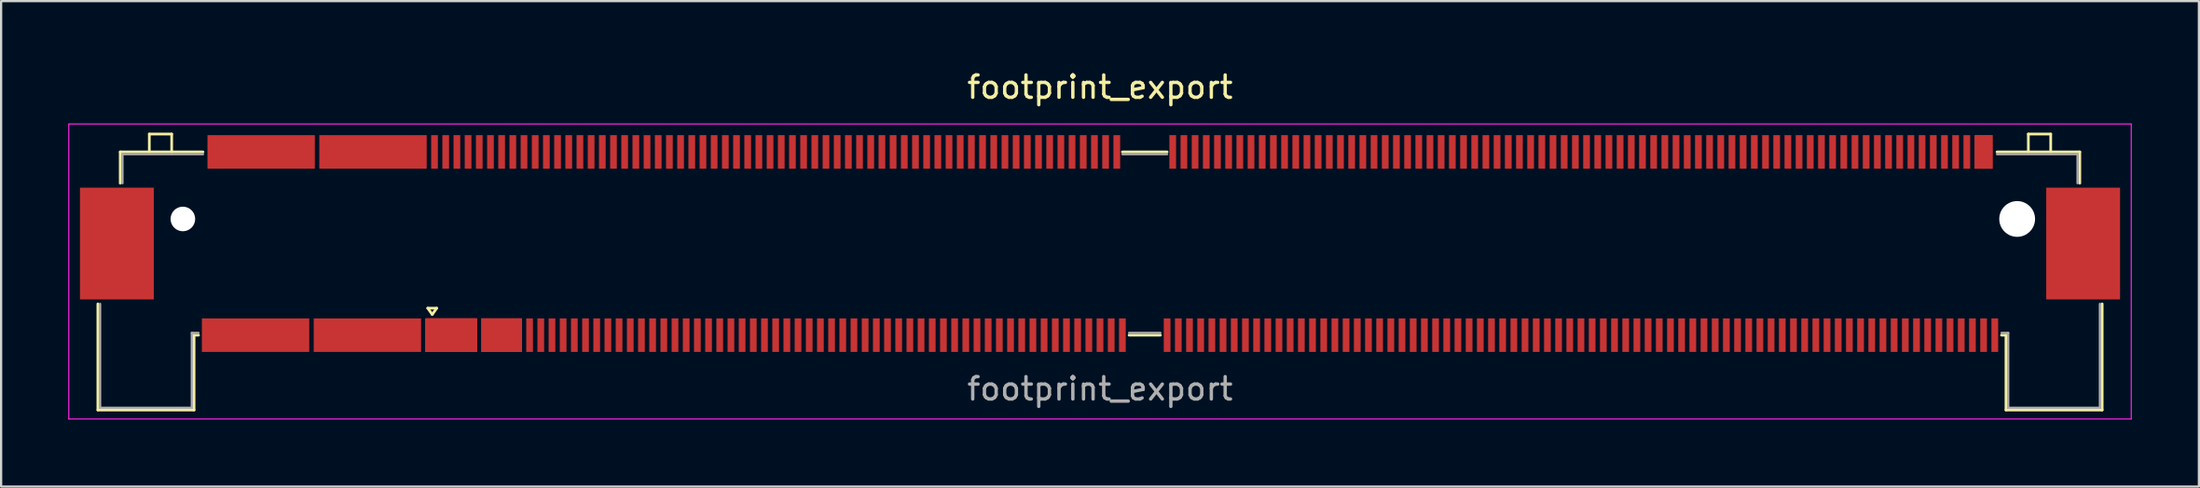
<source format=kicad_pcb>
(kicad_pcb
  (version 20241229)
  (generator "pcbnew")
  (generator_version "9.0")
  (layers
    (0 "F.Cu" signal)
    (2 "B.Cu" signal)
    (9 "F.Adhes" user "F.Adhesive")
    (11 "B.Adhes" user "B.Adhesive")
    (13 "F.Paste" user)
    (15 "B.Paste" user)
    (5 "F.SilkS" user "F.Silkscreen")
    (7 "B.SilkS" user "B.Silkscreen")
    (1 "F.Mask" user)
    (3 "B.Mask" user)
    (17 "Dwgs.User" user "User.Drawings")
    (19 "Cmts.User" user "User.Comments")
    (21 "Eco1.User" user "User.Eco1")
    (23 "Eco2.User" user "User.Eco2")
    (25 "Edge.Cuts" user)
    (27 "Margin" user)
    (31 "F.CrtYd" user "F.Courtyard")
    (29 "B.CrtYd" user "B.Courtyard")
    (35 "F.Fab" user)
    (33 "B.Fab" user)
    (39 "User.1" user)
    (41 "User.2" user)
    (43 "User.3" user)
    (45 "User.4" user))
  (footprint "footprint_export"
    (layer "F.Cu")
    (at 46.125 7.848)
    (property "Reference" "footprint_export" (at 0 -7 0) (layer "F.SilkS") (effects (font (size 1 1) (thickness 0.15))))
    (attr smd)
    (fp_line (start -44.8 7.45) (end -44.8 2.7) (stroke (width 0.12) (type solid)) (layer "F.SilkS"))
    (fp_line (start -43.8 -4.1) (end -43.8 -2.7) (stroke (width 0.12) (type solid)) (layer "F.SilkS"))
    (fp_line (start -42.5 -4.9) (end -42.5 -4.1) (stroke (width 0.12) (type solid)) (layer "F.SilkS"))
    (fp_line (start -41.5 -4.9) (end -42.5 -4.9) (stroke (width 0.12) (type solid)) (layer "F.SilkS"))
    (fp_line (start -41.5 -4.9) (end -41.5 -4.1) (stroke (width 0.12) (type solid)) (layer "F.SilkS"))
    (fp_line (start -40.5 7.45) (end -44.8 7.45) (stroke (width 0.12) (type solid)) (layer "F.SilkS"))
    (fp_line (start -40.5 7.45) (end -40.5 4.1) (stroke (width 0.12) (type solid)) (layer "F.SilkS"))
    (fp_line (start -40.3 4.1) (end -40.5 4.1) (stroke (width 0.12) (type solid)) (layer "F.SilkS"))
    (fp_line (start -40.1 -4.1) (end -43.8 -4.1) (stroke (width 0.12) (type solid)) (layer "F.SilkS"))
    (fp_line (start -30.052 2.892) (end -29.652 2.892) (stroke (width 0.12) (type solid)) (layer "F.SilkS"))
    (fp_line (start -29.852 3.175) (end -30.052 2.892) (stroke (width 0.12) (type solid)) (layer "F.SilkS"))
    (fp_line (start -29.652 2.892) (end -29.852 3.175) (stroke (width 0.12) (type solid)) (layer "F.SilkS"))
    (fp_line (start 1 -4.1) (end 3 -4.1) (stroke (width 0.12) (type solid)) (layer "F.SilkS"))
    (fp_line (start 1.3 4.1) (end 2.7 4.1) (stroke (width 0.12) (type solid)) (layer "F.SilkS"))
    (fp_line (start 40.1 -4.1) (end 43.8 -4.1) (stroke (width 0.12) (type solid)) (layer "F.SilkS"))
    (fp_line (start 40.3 4.1) (end 40.5 4.1) (stroke (width 0.12) (type solid)) (layer "F.SilkS"))
    (fp_line (start 40.5 7.45) (end 40.5 4.1) (stroke (width 0.12) (type solid)) (layer "F.SilkS"))
    (fp_line (start 40.5 7.45) (end 44.8 7.45) (stroke (width 0.12) (type solid)) (layer "F.SilkS"))
    (fp_line (start 41.5 -4.9) (end 41.5 -4.1) (stroke (width 0.12) (type solid)) (layer "F.SilkS"))
    (fp_line (start 41.5 -4.9) (end 42.5 -4.9) (stroke (width 0.12) (type solid)) (layer "F.SilkS"))
    (fp_line (start 42.5 -4.9) (end 42.5 -4.1) (stroke (width 0.12) (type solid)) (layer "F.SilkS"))
    (fp_line (start 43.8 -4.1) (end 43.8 -2.7) (stroke (width 0.12) (type solid)) (layer "F.SilkS"))
    (fp_line (start 44.8 7.45) (end 44.8 2.7) (stroke (width 0.12) (type solid)) (layer "F.SilkS"))
    (fp_line (start -46.1 -5.35) (end -46.1 7.85) (stroke (width 0.05) (type solid)) (layer "F.CrtYd"))
    (fp_line (start -46.1 7.85) (end 46.1 7.85) (stroke (width 0.05) (type solid)) (layer "F.CrtYd"))
    (fp_line (start 46.1 -5.35) (end -46.1 -5.35) (stroke (width 0.05) (type solid)) (layer "F.CrtYd"))
    (fp_line (start 46.1 7.85) (end 46.1 -5.35) (stroke (width 0.05) (type solid)) (layer "F.CrtYd"))
    (fp_line (start -44.7 7.35) (end -44.7 2.7) (stroke (width 0.1) (type solid)) (layer "F.Fab"))
    (fp_line (start -43.7 -4) (end -43.7 -2.7) (stroke (width 0.1) (type solid)) (layer "F.Fab"))
    (fp_line (start -40.6 7.35) (end -44.7 7.35) (stroke (width 0.1) (type solid)) (layer "F.Fab"))
    (fp_line (start -40.6 7.35) (end -40.6 4) (stroke (width 0.1) (type solid)) (layer "F.Fab"))
    (fp_line (start -40.3 4) (end -40.6 4) (stroke (width 0.1) (type solid)) (layer "F.Fab"))
    (fp_line (start -40.1 -4) (end -43.7 -4) (stroke (width 0.1) (type solid)) (layer "F.Fab"))
    (fp_line (start 1 -4) (end 3 -4) (stroke (width 0.1) (type solid)) (layer "F.Fab"))
    (fp_line (start 1.3 4) (end 2.7 4) (stroke (width 0.1) (type solid)) (layer "F.Fab"))
    (fp_line (start 40.1 -4) (end 43.7 -4) (stroke (width 0.1) (type solid)) (layer "F.Fab"))
    (fp_line (start 40.303 4) (end 40.603 4) (stroke (width 0.1) (type solid)) (layer "F.Fab"))
    (fp_line (start 40.6 7.35) (end 40.6 4) (stroke (width 0.1) (type solid)) (layer "F.Fab"))
    (fp_line (start 40.6 7.35) (end 44.7 7.35) (stroke (width 0.1) (type solid)) (layer "F.Fab"))
    (fp_line (start 43.7 -4) (end 43.7 -2.7) (stroke (width 0.1) (type solid)) (layer "F.Fab"))
    (fp_line (start 44.7 7.35) (end 44.7 2.7) (stroke (width 0.1) (type solid)) (layer "F.Fab"))
    (fp_text user "${REFERENCE}" (at 0 6.5 0) (layer "F.Fab") (effects (font (size 1 1) (thickness 0.15))))
    (pad "" np_thru_hole circle (at -41 -1.1) (size 1.1 1.1) (drill 1.1) (layers "*.Cu" "*.Mask"))
    (pad "" np_thru_hole circle (at 41 -1.1) (size 1.6 1.6) (drill 1.6) (layers "*.Cu" "*.Mask"))
    (pad "1" smd rect (at -29 4.1) (size 2.3 1.5) (layers "F.Cu" "F.Mask" "F.Paste"))
    (pad "2" smd rect (at -29.75 -4.1) (size 0.3 1.5) (layers "F.Cu" "F.Mask" "F.Paste"))
    (pad "3" smd rect (at -29 4.1) (size 2.3 1.5) (layers "F.Cu" "F.Mask" "F.Paste"))
    (pad "4" smd rect (at -29.25 -4.1) (size 0.3 1.5) (layers "F.Cu" "F.Mask" "F.Paste"))
    (pad "5" smd rect (at -29 4.1) (size 2.3 1.5) (layers "F.Cu" "F.Mask" "F.Paste"))
    (pad "6" smd rect (at -28.75 -4.1) (size 0.3 1.5) (layers "F.Cu" "F.Mask" "F.Paste"))
    (pad "7" smd rect (at -29 4.1) (size 2.3 1.5) (layers "F.Cu" "F.Mask" "F.Paste"))
    (pad "8" smd rect (at -28.25 -4.1) (size 0.3 1.5) (layers "F.Cu" "F.Mask" "F.Paste"))
    (pad "9" smd rect (at -29 4.1) (size 2.3 1.5) (layers "F.Cu" "F.Mask" "F.Paste"))
    (pad "10" smd rect (at -27.75 -4.1) (size 0.3 1.5) (layers "F.Cu" "F.Mask" "F.Paste"))
    (pad "11" smd rect (at -26.75 4.1) (size 1.8 1.5) (layers "F.Cu" "F.Mask" "F.Paste"))
    (pad "12" smd rect (at -27.25 -4.1) (size 0.3 1.5) (layers "F.Cu" "F.Mask" "F.Paste"))
    (pad "13" smd rect (at -26.75 4.1) (size 1.8 1.5) (layers "F.Cu" "F.Mask" "F.Paste"))
    (pad "14" smd rect (at -26.75 -4.1) (size 0.3 1.5) (layers "F.Cu" "F.Mask" "F.Paste"))
    (pad "15" smd rect (at -26.75 4.1) (size 1.8 1.5) (layers "F.Cu" "F.Mask" "F.Paste"))
    (pad "16" smd rect (at -26.25 -4.1) (size 0.3 1.5) (layers "F.Cu" "F.Mask" "F.Paste"))
    (pad "17" smd rect (at -26.75 4.1) (size 1.8 1.5) (layers "F.Cu" "F.Mask" "F.Paste"))
    (pad "18" smd rect (at -25.75 -4.1) (size 0.3 1.5) (layers "F.Cu" "F.Mask" "F.Paste"))
    (pad "19" smd rect (at -25.5 4.1) (size 0.3 1.5) (layers "F.Cu" "F.Mask" "F.Paste"))
    (pad "20" smd rect (at -25.25 -4.1) (size 0.3 1.5) (layers "F.Cu" "F.Mask" "F.Paste"))
    (pad "21" smd rect (at -25 4.1) (size 0.3 1.5) (layers "F.Cu" "F.Mask" "F.Paste"))
    (pad "22" smd rect (at -24.75 -4.1) (size 0.3 1.5) (layers "F.Cu" "F.Mask" "F.Paste"))
    (pad "23" smd rect (at -24.5 4.1) (size 0.3 1.5) (layers "F.Cu" "F.Mask" "F.Paste"))
    (pad "24" smd rect (at -24.25 -4.1) (size 0.3 1.5) (layers "F.Cu" "F.Mask" "F.Paste"))
    (pad "25" smd rect (at -24 4.1) (size 0.3 1.5) (layers "F.Cu" "F.Mask" "F.Paste"))
    (pad "26" smd rect (at -23.75 -4.1) (size 0.3 1.5) (layers "F.Cu" "F.Mask" "F.Paste"))
    (pad "27" smd rect (at -23.5 4.1) (size 0.3 1.5) (layers "F.Cu" "F.Mask" "F.Paste"))
    (pad "28" smd rect (at -23.25 -4.1) (size 0.3 1.5) (layers "F.Cu" "F.Mask" "F.Paste"))
    (pad "29" smd rect (at -23 4.1) (size 0.3 1.5) (layers "F.Cu" "F.Mask" "F.Paste"))
    (pad "30" smd rect (at -22.75 -4.1) (size 0.3 1.5) (layers "F.Cu" "F.Mask" "F.Paste"))
    (pad "31" smd rect (at -22.5 4.1) (size 0.3 1.5) (layers "F.Cu" "F.Mask" "F.Paste"))
    (pad "32" smd rect (at -22.25 -4.1) (size 0.3 1.5) (layers "F.Cu" "F.Mask" "F.Paste"))
    (pad "33" smd rect (at -22 4.1) (size 0.3 1.5) (layers "F.Cu" "F.Mask" "F.Paste"))
    (pad "34" smd rect (at -21.75 -4.1) (size 0.3 1.5) (layers "F.Cu" "F.Mask" "F.Paste"))
    (pad "35" smd rect (at -21.5 4.1) (size 0.3 1.5) (layers "F.Cu" "F.Mask" "F.Paste"))
    (pad "36" smd rect (at -21.25 -4.1) (size 0.3 1.5) (layers "F.Cu" "F.Mask" "F.Paste"))
    (pad "37" smd rect (at -21 4.1) (size 0.3 1.5) (layers "F.Cu" "F.Mask" "F.Paste"))
    (pad "38" smd rect (at -20.75 -4.1) (size 0.3 1.5) (layers "F.Cu" "F.Mask" "F.Paste"))
    (pad "39" smd rect (at -20.5 4.1) (size 0.3 1.5) (layers "F.Cu" "F.Mask" "F.Paste"))
    (pad "40" smd rect (at -20.25 -4.1) (size 0.3 1.5) (layers "F.Cu" "F.Mask" "F.Paste"))
    (pad "41" smd rect (at -20 4.1) (size 0.3 1.5) (layers "F.Cu" "F.Mask" "F.Paste"))
    (pad "42" smd rect (at -19.75 -4.1) (size 0.3 1.5) (layers "F.Cu" "F.Mask" "F.Paste"))
    (pad "43" smd rect (at -19.5 4.1) (size 0.3 1.5) (layers "F.Cu" "F.Mask" "F.Paste"))
    (pad "44" smd rect (at -19.25 -4.1) (size 0.3 1.5) (layers "F.Cu" "F.Mask" "F.Paste"))
    (pad "45" smd rect (at -19 4.1) (size 0.3 1.5) (layers "F.Cu" "F.Mask" "F.Paste"))
    (pad "46" smd rect (at -18.75 -4.1) (size 0.3 1.5) (layers "F.Cu" "F.Mask" "F.Paste"))
    (pad "47" smd rect (at -18.5 4.1) (size 0.3 1.5) (layers "F.Cu" "F.Mask" "F.Paste"))
    (pad "48" smd rect (at -18.25 -4.1) (size 0.3 1.5) (layers "F.Cu" "F.Mask" "F.Paste"))
    (pad "49" smd rect (at -18 4.1) (size 0.3 1.5) (layers "F.Cu" "F.Mask" "F.Paste"))
    (pad "50" smd rect (at -17.75 -4.1) (size 0.3 1.5) (layers "F.Cu" "F.Mask" "F.Paste"))
    (pad "51" smd rect (at -17.5 4.1) (size 0.3 1.5) (layers "F.Cu" "F.Mask" "F.Paste"))
    (pad "52" smd rect (at -17.25 -4.1) (size 0.3 1.5) (layers "F.Cu" "F.Mask" "F.Paste"))
    (pad "53" smd rect (at -17 4.1) (size 0.3 1.5) (layers "F.Cu" "F.Mask" "F.Paste"))
    (pad "54" smd rect (at -16.75 -4.1) (size 0.3 1.5) (layers "F.Cu" "F.Mask" "F.Paste"))
    (pad "55" smd rect (at -16.5 4.1) (size 0.3 1.5) (layers "F.Cu" "F.Mask" "F.Paste"))
    (pad "56" smd rect (at -16.25 -4.1) (size 0.3 1.5) (layers "F.Cu" "F.Mask" "F.Paste"))
    (pad "57" smd rect (at -16 4.1) (size 0.3 1.5) (layers "F.Cu" "F.Mask" "F.Paste"))
    (pad "58" smd rect (at -15.75 -4.1) (size 0.3 1.5) (layers "F.Cu" "F.Mask" "F.Paste"))
    (pad "59" smd rect (at -15.5 4.1) (size 0.3 1.5) (layers "F.Cu" "F.Mask" "F.Paste"))
    (pad "60" smd rect (at -15.25 -4.1) (size 0.3 1.5) (layers "F.Cu" "F.Mask" "F.Paste"))
    (pad "61" smd rect (at -15 4.1) (size 0.3 1.5) (layers "F.Cu" "F.Mask" "F.Paste"))
    (pad "62" smd rect (at -14.75 -4.1) (size 0.3 1.5) (layers "F.Cu" "F.Mask" "F.Paste"))
    (pad "63" smd rect (at -14.5 4.1) (size 0.3 1.5) (layers "F.Cu" "F.Mask" "F.Paste"))
    (pad "64" smd rect (at -14.25 -4.1) (size 0.3 1.5) (layers "F.Cu" "F.Mask" "F.Paste"))
    (pad "65" smd rect (at -14 4.1) (size 0.3 1.5) (layers "F.Cu" "F.Mask" "F.Paste"))
    (pad "66" smd rect (at -13.75 -4.1) (size 0.3 1.5) (layers "F.Cu" "F.Mask" "F.Paste"))
    (pad "67" smd rect (at -13.5 4.1) (size 0.3 1.5) (layers "F.Cu" "F.Mask" "F.Paste"))
    (pad "68" smd rect (at -13.25 -4.1) (size 0.3 1.5) (layers "F.Cu" "F.Mask" "F.Paste"))
    (pad "69" smd rect (at -13 4.1) (size 0.3 1.5) (layers "F.Cu" "F.Mask" "F.Paste"))
    (pad "70" smd rect (at -12.75 -4.1) (size 0.3 1.5) (layers "F.Cu" "F.Mask" "F.Paste"))
    (pad "71" smd rect (at -12.5 4.1) (size 0.3 1.5) (layers "F.Cu" "F.Mask" "F.Paste"))
    (pad "72" smd rect (at -12.25 -4.1) (size 0.3 1.5) (layers "F.Cu" "F.Mask" "F.Paste"))
    (pad "73" smd rect (at -12 4.1) (size 0.3 1.5) (layers "F.Cu" "F.Mask" "F.Paste"))
    (pad "74" smd rect (at -11.75 -4.1) (size 0.3 1.5) (layers "F.Cu" "F.Mask" "F.Paste"))
    (pad "75" smd rect (at -11.5 4.1) (size 0.3 1.5) (layers "F.Cu" "F.Mask" "F.Paste"))
    (pad "76" smd rect (at -11.25 -4.1) (size 0.3 1.5) (layers "F.Cu" "F.Mask" "F.Paste"))
    (pad "77" smd rect (at -11 4.1) (size 0.3 1.5) (layers "F.Cu" "F.Mask" "F.Paste"))
    (pad "78" smd rect (at -10.75 -4.1) (size 0.3 1.5) (layers "F.Cu" "F.Mask" "F.Paste"))
    (pad "79" smd rect (at -10.5 4.1) (size 0.3 1.5) (layers "F.Cu" "F.Mask" "F.Paste"))
    (pad "80" smd rect (at -10.25 -4.1) (size 0.3 1.5) (layers "F.Cu" "F.Mask" "F.Paste"))
    (pad "81" smd rect (at -10 4.1) (size 0.3 1.5) (layers "F.Cu" "F.Mask" "F.Paste"))
    (pad "82" smd rect (at -9.75 -4.1) (size 0.3 1.5) (layers "F.Cu" "F.Mask" "F.Paste"))
    (pad "83" smd rect (at -9.5 4.1) (size 0.3 1.5) (layers "F.Cu" "F.Mask" "F.Paste"))
    (pad "84" smd rect (at -9.25 -4.1) (size 0.3 1.5) (layers "F.Cu" "F.Mask" "F.Paste"))
    (pad "85" smd rect (at -9 4.1) (size 0.3 1.5) (layers "F.Cu" "F.Mask" "F.Paste"))
    (pad "86" smd rect (at -8.75 -4.1) (size 0.3 1.5) (layers "F.Cu" "F.Mask" "F.Paste"))
    (pad "87" smd rect (at -8.5 4.1) (size 0.3 1.5) (layers "F.Cu" "F.Mask" "F.Paste"))
    (pad "88" smd rect (at -8.25 -4.1) (size 0.3 1.5) (layers "F.Cu" "F.Mask" "F.Paste"))
    (pad "89" smd rect (at -8 4.1) (size 0.3 1.5) (layers "F.Cu" "F.Mask" "F.Paste"))
    (pad "90" smd rect (at -7.75 -4.1) (size 0.3 1.5) (layers "F.Cu" "F.Mask" "F.Paste"))
    (pad "91" smd rect (at -7.5 4.1) (size 0.3 1.5) (layers "F.Cu" "F.Mask" "F.Paste"))
    (pad "92" smd rect (at -7.25 -4.1) (size 0.3 1.5) (layers "F.Cu" "F.Mask" "F.Paste"))
    (pad "93" smd rect (at -7 4.1) (size 0.3 1.5) (layers "F.Cu" "F.Mask" "F.Paste"))
    (pad "94" smd rect (at -6.75 -4.1) (size 0.3 1.5) (layers "F.Cu" "F.Mask" "F.Paste"))
    (pad "95" smd rect (at -6.5 4.1) (size 0.3 1.5) (layers "F.Cu" "F.Mask" "F.Paste"))
    (pad "96" smd rect (at -6.25 -4.1) (size 0.3 1.5) (layers "F.Cu" "F.Mask" "F.Paste"))
    (pad "97" smd rect (at -6 4.1) (size 0.3 1.5) (layers "F.Cu" "F.Mask" "F.Paste"))
    (pad "98" smd rect (at -5.75 -4.1) (size 0.3 1.5) (layers "F.Cu" "F.Mask" "F.Paste"))
    (pad "99" smd rect (at -5.5 4.1) (size 0.3 1.5) (layers "F.Cu" "F.Mask" "F.Paste"))
    (pad "100" smd rect (at -5.25 -4.1) (size 0.3 1.5) (layers "F.Cu" "F.Mask" "F.Paste"))
    (pad "101" smd rect (at -5 4.1) (size 0.3 1.5) (layers "F.Cu" "F.Mask" "F.Paste"))
    (pad "102" smd rect (at -4.75 -4.1) (size 0.3 1.5) (layers "F.Cu" "F.Mask" "F.Paste"))
    (pad "103" smd rect (at -4.5 4.1) (size 0.3 1.5) (layers "F.Cu" "F.Mask" "F.Paste"))
    (pad "104" smd rect (at -4.25 -4.1) (size 0.3 1.5) (layers "F.Cu" "F.Mask" "F.Paste"))
    (pad "105" smd rect (at -4 4.1) (size 0.3 1.5) (layers "F.Cu" "F.Mask" "F.Paste"))
    (pad "106" smd rect (at -3.75 -4.1) (size 0.3 1.5) (layers "F.Cu" "F.Mask" "F.Paste"))
    (pad "107" smd rect (at -3.5 4.1) (size 0.3 1.5) (layers "F.Cu" "F.Mask" "F.Paste"))
    (pad "108" smd rect (at -3.25 -4.1) (size 0.3 1.5) (layers "F.Cu" "F.Mask" "F.Paste"))
    (pad "109" smd rect (at -3 4.1) (size 0.3 1.5) (layers "F.Cu" "F.Mask" "F.Paste"))
    (pad "110" smd rect (at -2.75 -4.1) (size 0.3 1.5) (layers "F.Cu" "F.Mask" "F.Paste"))
    (pad "111" smd rect (at -2.5 4.1) (size 0.3 1.5) (layers "F.Cu" "F.Mask" "F.Paste"))
    (pad "112" smd rect (at -2.25 -4.1) (size 0.3 1.5) (layers "F.Cu" "F.Mask" "F.Paste"))
    (pad "113" smd rect (at -2 4.1) (size 0.3 1.5) (layers "F.Cu" "F.Mask" "F.Paste"))
    (pad "114" smd rect (at -1.75 -4.1) (size 0.3 1.5) (layers "F.Cu" "F.Mask" "F.Paste"))
    (pad "115" smd rect (at -1.5 4.1) (size 0.3 1.5) (layers "F.Cu" "F.Mask" "F.Paste"))
    (pad "116" smd rect (at -1.25 -4.1) (size 0.3 1.5) (layers "F.Cu" "F.Mask" "F.Paste"))
    (pad "117" smd rect (at -1 4.1) (size 0.3 1.5) (layers "F.Cu" "F.Mask" "F.Paste"))
    (pad "118" smd rect (at -0.75 -4.1) (size 0.3 1.5) (layers "F.Cu" "F.Mask" "F.Paste"))
    (pad "119" smd rect (at -0.5 4.1) (size 0.3 1.5) (layers "F.Cu" "F.Mask" "F.Paste"))
    (pad "120" smd rect (at -0.25 -4.1) (size 0.3 1.5) (layers "F.Cu" "F.Mask" "F.Paste"))
    (pad "121" smd rect (at 0 4.1) (size 0.3 1.5) (layers "F.Cu" "F.Mask" "F.Paste"))
    (pad "122" smd rect (at 0.25 -4.1) (size 0.3 1.5) (layers "F.Cu" "F.Mask" "F.Paste"))
    (pad "123" smd rect (at 0.5 4.1) (size 0.3 1.5) (layers "F.Cu" "F.Mask" "F.Paste"))
    (pad "124" smd rect (at 0.75 -4.1) (size 0.3 1.5) (layers "F.Cu" "F.Mask" "F.Paste"))
    (pad "125" smd rect (at 1 4.1) (size 0.3 1.5) (layers "F.Cu" "F.Mask" "F.Paste"))
    (pad "133" smd rect (at 3 4.1) (size 0.3 1.5) (layers "F.Cu" "F.Mask" "F.Paste"))
    (pad "134" smd rect (at 3.25 -4.1) (size 0.3 1.5) (layers "F.Cu" "F.Mask" "F.Paste"))
    (pad "135" smd rect (at 3.5 4.1) (size 0.3 1.5) (layers "F.Cu" "F.Mask" "F.Paste"))
    (pad "136" smd rect (at 3.75 -4.1) (size 0.3 1.5) (layers "F.Cu" "F.Mask" "F.Paste"))
    (pad "137" smd rect (at 4 4.1) (size 0.3 1.5) (layers "F.Cu" "F.Mask" "F.Paste"))
    (pad "138" smd rect (at 4.25 -4.1) (size 0.3 1.5) (layers "F.Cu" "F.Mask" "F.Paste"))
    (pad "139" smd rect (at 4.5 4.1) (size 0.3 1.5) (layers "F.Cu" "F.Mask" "F.Paste"))
    (pad "140" smd rect (at 4.75 -4.1) (size 0.3 1.5) (layers "F.Cu" "F.Mask" "F.Paste"))
    (pad "141" smd rect (at 5 4.1) (size 0.3 1.5) (layers "F.Cu" "F.Mask" "F.Paste"))
    (pad "142" smd rect (at 5.25 -4.1) (size 0.3 1.5) (layers "F.Cu" "F.Mask" "F.Paste"))
    (pad "143" smd rect (at 5.5 4.1) (size 0.3 1.5) (layers "F.Cu" "F.Mask" "F.Paste"))
    (pad "144" smd rect (at 5.75 -4.1) (size 0.3 1.5) (layers "F.Cu" "F.Mask" "F.Paste"))
    (pad "145" smd rect (at 6 4.1) (size 0.3 1.5) (layers "F.Cu" "F.Mask" "F.Paste"))
    (pad "146" smd rect (at 6.25 -4.1) (size 0.3 1.5) (layers "F.Cu" "F.Mask" "F.Paste"))
    (pad "147" smd rect (at 6.5 4.1) (size 0.3 1.5) (layers "F.Cu" "F.Mask" "F.Paste"))
    (pad "148" smd rect (at 6.75 -4.1) (size 0.3 1.5) (layers "F.Cu" "F.Mask" "F.Paste"))
    (pad "149" smd rect (at 7 4.1) (size 0.3 1.5) (layers "F.Cu" "F.Mask" "F.Paste"))
    (pad "150" smd rect (at 7.25 -4.1) (size 0.3 1.5) (layers "F.Cu" "F.Mask" "F.Paste"))
    (pad "151" smd rect (at 7.5 4.1) (size 0.3 1.5) (layers "F.Cu" "F.Mask" "F.Paste"))
    (pad "152" smd rect (at 7.75 -4.1) (size 0.3 1.5) (layers "F.Cu" "F.Mask" "F.Paste"))
    (pad "153" smd rect (at 8 4.1) (size 0.3 1.5) (layers "F.Cu" "F.Mask" "F.Paste"))
    (pad "154" smd rect (at 8.25 -4.1) (size 0.3 1.5) (layers "F.Cu" "F.Mask" "F.Paste"))
    (pad "155" smd rect (at 8.5 4.1) (size 0.3 1.5) (layers "F.Cu" "F.Mask" "F.Paste"))
    (pad "156" smd rect (at 8.75 -4.1) (size 0.3 1.5) (layers "F.Cu" "F.Mask" "F.Paste"))
    (pad "157" smd rect (at 9 4.1) (size 0.3 1.5) (layers "F.Cu" "F.Mask" "F.Paste"))
    (pad "158" smd rect (at 9.25 -4.1) (size 0.3 1.5) (layers "F.Cu" "F.Mask" "F.Paste"))
    (pad "159" smd rect (at 9.5 4.1) (size 0.3 1.5) (layers "F.Cu" "F.Mask" "F.Paste"))
    (pad "160" smd rect (at 9.75 -4.1) (size 0.3 1.5) (layers "F.Cu" "F.Mask" "F.Paste"))
    (pad "161" smd rect (at 10 4.1) (size 0.3 1.5) (layers "F.Cu" "F.Mask" "F.Paste"))
    (pad "162" smd rect (at 10.25 -4.1) (size 0.3 1.5) (layers "F.Cu" "F.Mask" "F.Paste"))
    (pad "163" smd rect (at 10.5 4.1) (size 0.3 1.5) (layers "F.Cu" "F.Mask" "F.Paste"))
    (pad "164" smd rect (at 10.75 -4.1) (size 0.3 1.5) (layers "F.Cu" "F.Mask" "F.Paste"))
    (pad "165" smd rect (at 11 4.1) (size 0.3 1.5) (layers "F.Cu" "F.Mask" "F.Paste"))
    (pad "166" smd rect (at 11.25 -4.1) (size 0.3 1.5) (layers "F.Cu" "F.Mask" "F.Paste"))
    (pad "167" smd rect (at 11.5 4.1) (size 0.3 1.5) (layers "F.Cu" "F.Mask" "F.Paste"))
    (pad "168" smd rect (at 11.75 -4.1) (size 0.3 1.5) (layers "F.Cu" "F.Mask" "F.Paste"))
    (pad "169" smd rect (at 12 4.1) (size 0.3 1.5) (layers "F.Cu" "F.Mask" "F.Paste"))
    (pad "170" smd rect (at 12.25 -4.1) (size 0.3 1.5) (layers "F.Cu" "F.Mask" "F.Paste"))
    (pad "171" smd rect (at 12.5 4.1) (size 0.3 1.5) (layers "F.Cu" "F.Mask" "F.Paste"))
    (pad "172" smd rect (at 12.75 -4.1) (size 0.3 1.5) (layers "F.Cu" "F.Mask" "F.Paste"))
    (pad "173" smd rect (at 13 4.1) (size 0.3 1.5) (layers "F.Cu" "F.Mask" "F.Paste"))
    (pad "174" smd rect (at 13.25 -4.1) (size 0.3 1.5) (layers "F.Cu" "F.Mask" "F.Paste"))
    (pad "175" smd rect (at 13.5 4.1) (size 0.3 1.5) (layers "F.Cu" "F.Mask" "F.Paste"))
    (pad "176" smd rect (at 13.75 -4.1) (size 0.3 1.5) (layers "F.Cu" "F.Mask" "F.Paste"))
    (pad "177" smd rect (at 14 4.1) (size 0.3 1.5) (layers "F.Cu" "F.Mask" "F.Paste"))
    (pad "178" smd rect (at 14.25 -4.1) (size 0.3 1.5) (layers "F.Cu" "F.Mask" "F.Paste"))
    (pad "179" smd rect (at 14.5 4.1) (size 0.3 1.5) (layers "F.Cu" "F.Mask" "F.Paste"))
    (pad "180" smd rect (at 14.75 -4.1) (size 0.3 1.5) (layers "F.Cu" "F.Mask" "F.Paste"))
    (pad "181" smd rect (at 15 4.1) (size 0.3 1.5) (layers "F.Cu" "F.Mask" "F.Paste"))
    (pad "182" smd rect (at 15.25 -4.1) (size 0.3 1.5) (layers "F.Cu" "F.Mask" "F.Paste"))
    (pad "183" smd rect (at 15.5 4.1) (size 0.3 1.5) (layers "F.Cu" "F.Mask" "F.Paste"))
    (pad "184" smd rect (at 15.75 -4.1) (size 0.3 1.5) (layers "F.Cu" "F.Mask" "F.Paste"))
    (pad "185" smd rect (at 16 4.1) (size 0.3 1.5) (layers "F.Cu" "F.Mask" "F.Paste"))
    (pad "186" smd rect (at 16.25 -4.1) (size 0.3 1.5) (layers "F.Cu" "F.Mask" "F.Paste"))
    (pad "187" smd rect (at 16.5 4.1) (size 0.3 1.5) (layers "F.Cu" "F.Mask" "F.Paste"))
    (pad "188" smd rect (at 16.75 -4.1) (size 0.3 1.5) (layers "F.Cu" "F.Mask" "F.Paste"))
    (pad "189" smd rect (at 17 4.1) (size 0.3 1.5) (layers "F.Cu" "F.Mask" "F.Paste"))
    (pad "190" smd rect (at 17.25 -4.1) (size 0.3 1.5) (layers "F.Cu" "F.Mask" "F.Paste"))
    (pad "191" smd rect (at 17.5 4.1) (size 0.3 1.5) (layers "F.Cu" "F.Mask" "F.Paste"))
    (pad "192" smd rect (at 17.75 -4.1) (size 0.3 1.5) (layers "F.Cu" "F.Mask" "F.Paste"))
    (pad "193" smd rect (at 18 4.1) (size 0.3 1.5) (layers "F.Cu" "F.Mask" "F.Paste"))
    (pad "194" smd rect (at 18.25 -4.1) (size 0.3 1.5) (layers "F.Cu" "F.Mask" "F.Paste"))
    (pad "195" smd rect (at 18.5 4.1) (size 0.3 1.5) (layers "F.Cu" "F.Mask" "F.Paste"))
    (pad "196" smd rect (at 18.75 -4.1) (size 0.3 1.5) (layers "F.Cu" "F.Mask" "F.Paste"))
    (pad "197" smd rect (at 19 4.1) (size 0.3 1.5) (layers "F.Cu" "F.Mask" "F.Paste"))
    (pad "198" smd rect (at 19.25 -4.1) (size 0.3 1.5) (layers "F.Cu" "F.Mask" "F.Paste"))
    (pad "199" smd rect (at 19.5 4.1) (size 0.3 1.5) (layers "F.Cu" "F.Mask" "F.Paste"))
    (pad "200" smd rect (at 19.75 -4.1) (size 0.3 1.5) (layers "F.Cu" "F.Mask" "F.Paste"))
    (pad "201" smd rect (at 20 4.1) (size 0.3 1.5) (layers "F.Cu" "F.Mask" "F.Paste"))
    (pad "202" smd rect (at 20.25 -4.1) (size 0.3 1.5) (layers "F.Cu" "F.Mask" "F.Paste"))
    (pad "203" smd rect (at 20.5 4.1) (size 0.3 1.5) (layers "F.Cu" "F.Mask" "F.Paste"))
    (pad "204" smd rect (at 20.75 -4.1) (size 0.3 1.5) (layers "F.Cu" "F.Mask" "F.Paste"))
    (pad "205" smd rect (at 21 4.1) (size 0.3 1.5) (layers "F.Cu" "F.Mask" "F.Paste"))
    (pad "206" smd rect (at 21.25 -4.1) (size 0.3 1.5) (layers "F.Cu" "F.Mask" "F.Paste"))
    (pad "207" smd rect (at 21.5 4.1) (size 0.3 1.5) (layers "F.Cu" "F.Mask" "F.Paste"))
    (pad "208" smd rect (at 21.75 -4.1) (size 0.3 1.5) (layers "F.Cu" "F.Mask" "F.Paste"))
    (pad "209" smd rect (at 22 4.1) (size 0.3 1.5) (layers "F.Cu" "F.Mask" "F.Paste"))
    (pad "210" smd rect (at 22.25 -4.1) (size 0.3 1.5) (layers "F.Cu" "F.Mask" "F.Paste"))
    (pad "211" smd rect (at 22.5 4.1) (size 0.3 1.5) (layers "F.Cu" "F.Mask" "F.Paste"))
    (pad "212" smd rect (at 22.75 -4.1) (size 0.3 1.5) (layers "F.Cu" "F.Mask" "F.Paste"))
    (pad "213" smd rect (at 23 4.1) (size 0.3 1.5) (layers "F.Cu" "F.Mask" "F.Paste"))
    (pad "214" smd rect (at 23.25 -4.1) (size 0.3 1.5) (layers "F.Cu" "F.Mask" "F.Paste"))
    (pad "215" smd rect (at 23.5 4.1) (size 0.3 1.5) (layers "F.Cu" "F.Mask" "F.Paste"))
    (pad "216" smd rect (at 23.75 -4.1) (size 0.3 1.5) (layers "F.Cu" "F.Mask" "F.Paste"))
    (pad "217" smd rect (at 24 4.1) (size 0.3 1.5) (layers "F.Cu" "F.Mask" "F.Paste"))
    (pad "218" smd rect (at 24.25 -4.1) (size 0.3 1.5) (layers "F.Cu" "F.Mask" "F.Paste"))
    (pad "219" smd rect (at 24.5 4.1) (size 0.3 1.5) (layers "F.Cu" "F.Mask" "F.Paste"))
    (pad "220" smd rect (at 24.75 -4.1) (size 0.3 1.5) (layers "F.Cu" "F.Mask" "F.Paste"))
    (pad "221" smd rect (at 25 4.1) (size 0.3 1.5) (layers "F.Cu" "F.Mask" "F.Paste"))
    (pad "222" smd rect (at 25.25 -4.1) (size 0.3 1.5) (layers "F.Cu" "F.Mask" "F.Paste"))
    (pad "223" smd rect (at 25.5 4.1) (size 0.3 1.5) (layers "F.Cu" "F.Mask" "F.Paste"))
    (pad "224" smd rect (at 25.75 -4.1) (size 0.3 1.5) (layers "F.Cu" "F.Mask" "F.Paste"))
    (pad "225" smd rect (at 26 4.1) (size 0.3 1.5) (layers "F.Cu" "F.Mask" "F.Paste"))
    (pad "226" smd rect (at 26.25 -4.1) (size 0.3 1.5) (layers "F.Cu" "F.Mask" "F.Paste"))
    (pad "227" smd rect (at 26.5 4.1) (size 0.3 1.5) (layers "F.Cu" "F.Mask" "F.Paste"))
    (pad "228" smd rect (at 26.75 -4.1) (size 0.3 1.5) (layers "F.Cu" "F.Mask" "F.Paste"))
    (pad "229" smd rect (at 27 4.1) (size 0.3 1.5) (layers "F.Cu" "F.Mask" "F.Paste"))
    (pad "230" smd rect (at 27.25 -4.1) (size 0.3 1.5) (layers "F.Cu" "F.Mask" "F.Paste"))
    (pad "231" smd rect (at 27.5 4.1) (size 0.3 1.5) (layers "F.Cu" "F.Mask" "F.Paste"))
    (pad "232" smd rect (at 27.75 -4.1) (size 0.3 1.5) (layers "F.Cu" "F.Mask" "F.Paste"))
    (pad "233" smd rect (at 28 4.1) (size 0.3 1.5) (layers "F.Cu" "F.Mask" "F.Paste"))
    (pad "234" smd rect (at 28.25 -4.1) (size 0.3 1.5) (layers "F.Cu" "F.Mask" "F.Paste"))
    (pad "235" smd rect (at 28.5 4.1) (size 0.3 1.5) (layers "F.Cu" "F.Mask" "F.Paste"))
    (pad "236" smd rect (at 28.75 -4.1) (size 0.3 1.5) (layers "F.Cu" "F.Mask" "F.Paste"))
    (pad "237" smd rect (at 29 4.1) (size 0.3 1.5) (layers "F.Cu" "F.Mask" "F.Paste"))
    (pad "238" smd rect (at 29.25 -4.1) (size 0.3 1.5) (layers "F.Cu" "F.Mask" "F.Paste"))
    (pad "239" smd rect (at 29.5 4.1) (size 0.3 1.5) (layers "F.Cu" "F.Mask" "F.Paste"))
    (pad "240" smd rect (at 29.75 -4.1) (size 0.3 1.5) (layers "F.Cu" "F.Mask" "F.Paste"))
    (pad "241" smd rect (at 30 4.1) (size 0.3 1.5) (layers "F.Cu" "F.Mask" "F.Paste"))
    (pad "242" smd rect (at 30.25 -4.1) (size 0.3 1.5) (layers "F.Cu" "F.Mask" "F.Paste"))
    (pad "243" smd rect (at 30.5 4.1) (size 0.3 1.5) (layers "F.Cu" "F.Mask" "F.Paste"))
    (pad "244" smd rect (at 30.75 -4.1) (size 0.3 1.5) (layers "F.Cu" "F.Mask" "F.Paste"))
    (pad "245" smd rect (at 31 4.1) (size 0.3 1.5) (layers "F.Cu" "F.Mask" "F.Paste"))
    (pad "246" smd rect (at 31.25 -4.1) (size 0.3 1.5) (layers "F.Cu" "F.Mask" "F.Paste"))
    (pad "247" smd rect (at 31.5 4.1) (size 0.3 1.5) (layers "F.Cu" "F.Mask" "F.Paste"))
    (pad "248" smd rect (at 31.75 -4.1) (size 0.3 1.5) (layers "F.Cu" "F.Mask" "F.Paste"))
    (pad "249" smd rect (at 32 4.1) (size 0.3 1.5) (layers "F.Cu" "F.Mask" "F.Paste"))
    (pad "250" smd rect (at 32.25 -4.1) (size 0.3 1.5) (layers "F.Cu" "F.Mask" "F.Paste"))
    (pad "251" smd rect (at 32.5 4.1) (size 0.3 1.5) (layers "F.Cu" "F.Mask" "F.Paste"))
    (pad "252" smd rect (at 32.75 -4.1) (size 0.3 1.5) (layers "F.Cu" "F.Mask" "F.Paste"))
    (pad "253" smd rect (at 33 4.1) (size 0.3 1.5) (layers "F.Cu" "F.Mask" "F.Paste"))
    (pad "254" smd rect (at 33.25 -4.1) (size 0.3 1.5) (layers "F.Cu" "F.Mask" "F.Paste"))
    (pad "255" smd rect (at 33.5 4.1) (size 0.3 1.5) (layers "F.Cu" "F.Mask" "F.Paste"))
    (pad "256" smd rect (at 33.75 -4.1) (size 0.3 1.5) (layers "F.Cu" "F.Mask" "F.Paste"))
    (pad "257" smd rect (at 34 4.1) (size 0.3 1.5) (layers "F.Cu" "F.Mask" "F.Paste"))
    (pad "258" smd rect (at 34.25 -4.1) (size 0.3 1.5) (layers "F.Cu" "F.Mask" "F.Paste"))
    (pad "259" smd rect (at 34.5 4.1) (size 0.3 1.5) (layers "F.Cu" "F.Mask" "F.Paste"))
    (pad "260" smd rect (at 34.75 -4.1) (size 0.3 1.5) (layers "F.Cu" "F.Mask" "F.Paste"))
    (pad "261" smd rect (at 35 4.1) (size 0.3 1.5) (layers "F.Cu" "F.Mask" "F.Paste"))
    (pad "262" smd rect (at 35.25 -4.1) (size 0.3 1.5) (layers "F.Cu" "F.Mask" "F.Paste"))
    (pad "263" smd rect (at 35.5 4.1) (size 0.3 1.5) (layers "F.Cu" "F.Mask" "F.Paste"))
    (pad "264" smd rect (at 35.75 -4.1) (size 0.3 1.5) (layers "F.Cu" "F.Mask" "F.Paste"))
    (pad "265" smd rect (at 36 4.1) (size 0.3 1.5) (layers "F.Cu" "F.Mask" "F.Paste"))
    (pad "266" smd rect (at 36.25 -4.1) (size 0.3 1.5) (layers "F.Cu" "F.Mask" "F.Paste"))
    (pad "267" smd rect (at 36.5 4.1) (size 0.3 1.5) (layers "F.Cu" "F.Mask" "F.Paste"))
    (pad "268" smd rect (at 36.75 -4.1) (size 0.3 1.5) (layers "F.Cu" "F.Mask" "F.Paste"))
    (pad "269" smd rect (at 37 4.1) (size 0.3 1.5) (layers "F.Cu" "F.Mask" "F.Paste"))
    (pad "270" smd rect (at 37.25 -4.1) (size 0.3 1.5) (layers "F.Cu" "F.Mask" "F.Paste"))
    (pad "271" smd rect (at 37.5 4.1) (size 0.3 1.5) (layers "F.Cu" "F.Mask" "F.Paste"))
    (pad "272" smd rect (at 37.75 -4.1) (size 0.3 1.5) (layers "F.Cu" "F.Mask" "F.Paste"))
    (pad "273" smd rect (at 38 4.1) (size 0.3 1.5) (layers "F.Cu" "F.Mask" "F.Paste"))
    (pad "274" smd rect (at 38.25 -4.1) (size 0.3 1.5) (layers "F.Cu" "F.Mask" "F.Paste"))
    (pad "275" smd rect (at 38.5 4.1) (size 0.3 1.5) (layers "F.Cu" "F.Mask" "F.Paste"))
    (pad "276" smd rect (at 38.75 -4.1) (size 0.3 1.5) (layers "F.Cu" "F.Mask" "F.Paste"))
    (pad "277" smd rect (at 39 4.1) (size 0.3 1.5) (layers "F.Cu" "F.Mask" "F.Paste"))
    (pad "278" smd rect (at 39.5 -4.1) (size 0.8 1.5) (layers "F.Cu" "F.Mask" "F.Paste"))
    (pad "279" smd rect (at 39.5 4.1) (size 0.3 1.5) (layers "F.Cu" "F.Mask" "F.Paste"))
    (pad "280" smd rect (at 39.5 -4.1) (size 0.8 1.5) (layers "F.Cu" "F.Mask" "F.Paste"))
    (pad "281" smd rect (at 40 4.1) (size 0.3 1.5) (layers "F.Cu" "F.Mask" "F.Paste"))
    (pad "E1" smd rect (at -37.75 4.1) (size 4.8 1.5) (layers "F.Cu" "F.Mask" "F.Paste"))
    (pad "E2" smd rect (at -37.5 -4.1) (size 4.8 1.5) (layers "F.Cu" "F.Mask" "F.Paste"))
    (pad "E3" smd rect (at -32.75 4.1) (size 4.8 1.5) (layers "F.Cu" "F.Mask" "F.Paste"))
    (pad "E4" smd rect (at -32.5 -4.1) (size 4.8 1.5) (layers "F.Cu" "F.Mask" "F.Paste"))
    (pad "MP" smd rect (at -43.95 0) (size 3.3 5) (layers "F.Cu" "F.Mask" "F.Paste"))
    (pad "MP" smd rect (at 43.95 0) (size 3.3 5) (layers "F.Cu" "F.Mask" "F.Paste")))
  (gr_rect
    (start -3 -3)
    (end 95.25 18.723)
    (stroke (width 0.1) (type default))
    (fill no)
    (layer "Edge.Cuts")))
</source>
